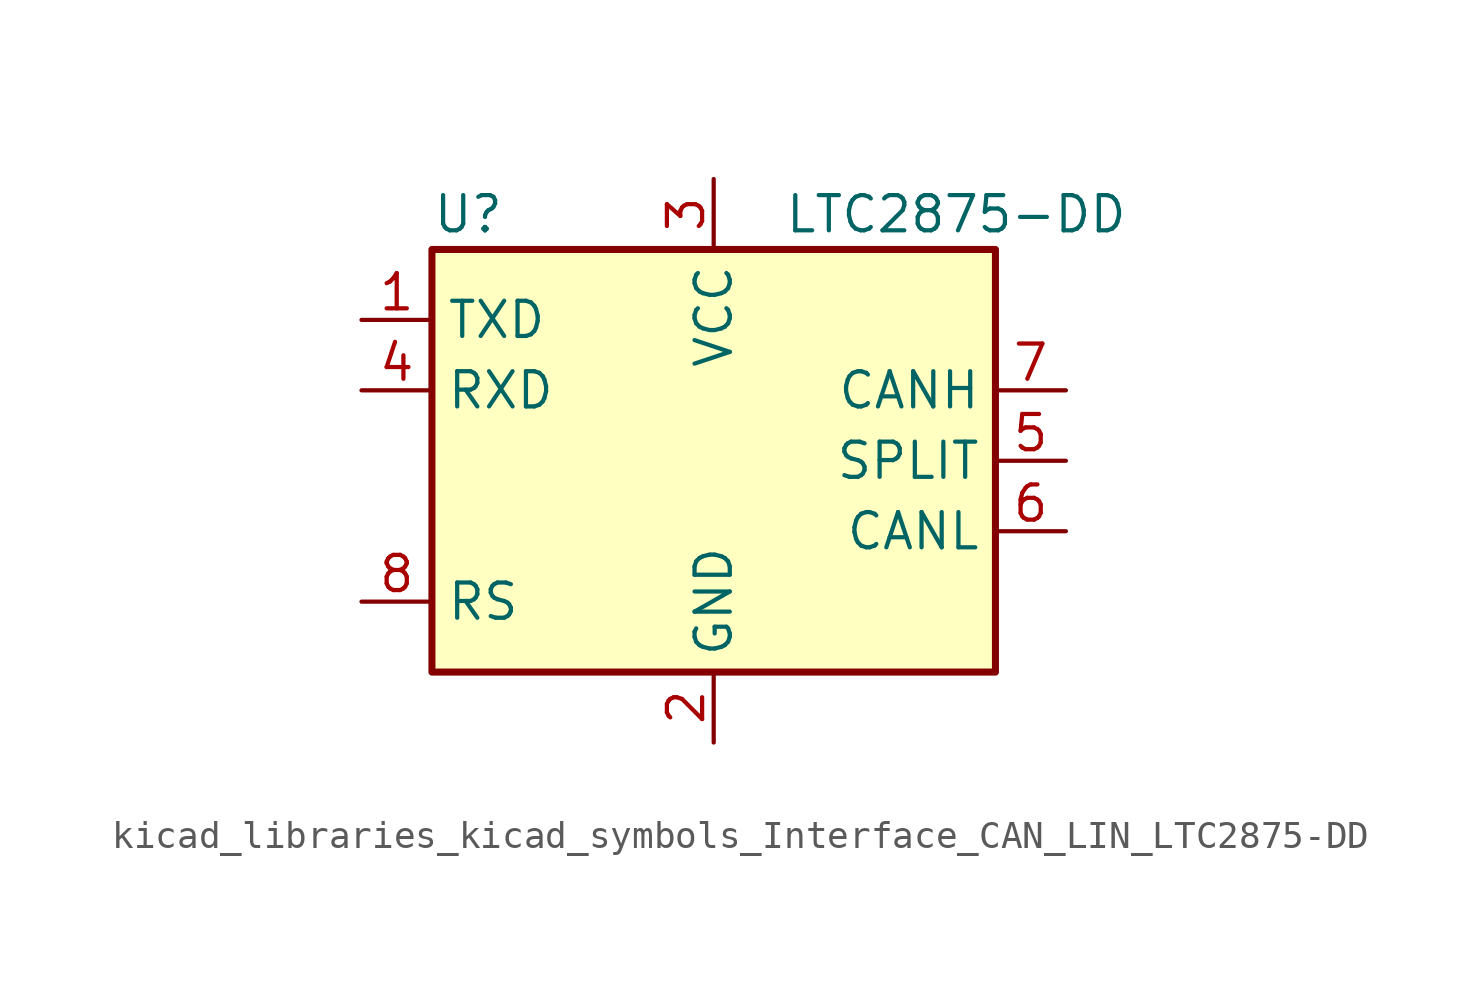
<source format=kicad_sym>
(kicad_symbol_lib
  (version 20220914)
  (generator kicad_symbol_editor)
  (symbol "kicad_libraries_kicad_symbols_Interface_CAN_LIN_LTC2875-DD"
    (property "Reference" "U"
      (at -10.16 8.89 0)
      (effects (font (size 1.27 1.27)) (justify left)))
    (property "Value" "LTC2875-DD"
      (at 2.54 8.89 0)
      (effects (font (size 1.27 1.27)) (justify left)))
    (symbol "kicad_libraries_kicad_symbols_Interface_CAN_LIN_LTC2875-DD_0_1"
      (rectangle (start -10.16 7.62) (end 10.16 -7.62) (stroke (width 0.254) (type default)) (fill (type background))))
    (symbol "kicad_libraries_kicad_symbols_Interface_CAN_LIN_LTC2875-DD_1_1"
      (pin input line (at -12.7 5.08 0) (length 2.54) (name "TXD" (effects (font (size 1.27 1.27)))) (number "1" (effects (font (size 1.27 1.27)))))
      (pin power_in line (at 0 -10.16 90) (length 2.54) (name "GND" (effects (font (size 1.27 1.27)))) (number "2" (effects (font (size 1.27 1.27)))))
      (pin power_in line (at 0 10.16 270) (length 2.54) (name "VCC" (effects (font (size 1.27 1.27)))) (number "3" (effects (font (size 1.27 1.27)))))
      (pin output line (at -12.7 2.54 0) (length 2.54) (name "RXD" (effects (font (size 1.27 1.27)))) (number "4" (effects (font (size 1.27 1.27)))))
      (pin input line (at 12.7 0 180) (length 2.54) (name "SPLIT" (effects (font (size 1.27 1.27)))) (number "5" (effects (font (size 1.27 1.27)))))
      (pin bidirectional line (at 12.7 -2.54 180) (length 2.54) (name "CANL" (effects (font (size 1.27 1.27)))) (number "6" (effects (font (size 1.27 1.27)))))
      (pin bidirectional line (at 12.7 2.54 180) (length 2.54) (name "CANH" (effects (font (size 1.27 1.27)))) (number "7" (effects (font (size 1.27 1.27)))))
      (pin input line (at -12.7 -5.08 0) (length 2.54) (name "RS" (effects (font (size 1.27 1.27)))) (number "8" (effects (font (size 1.27 1.27)))))
      (pin passive line (at 0 -10.16 90) (length 2.54) hide (name "GND" (effects (font (size 1.27 1.27)))) (number "9" (effects (font (size 1.27 1.27))))))))
</source>
